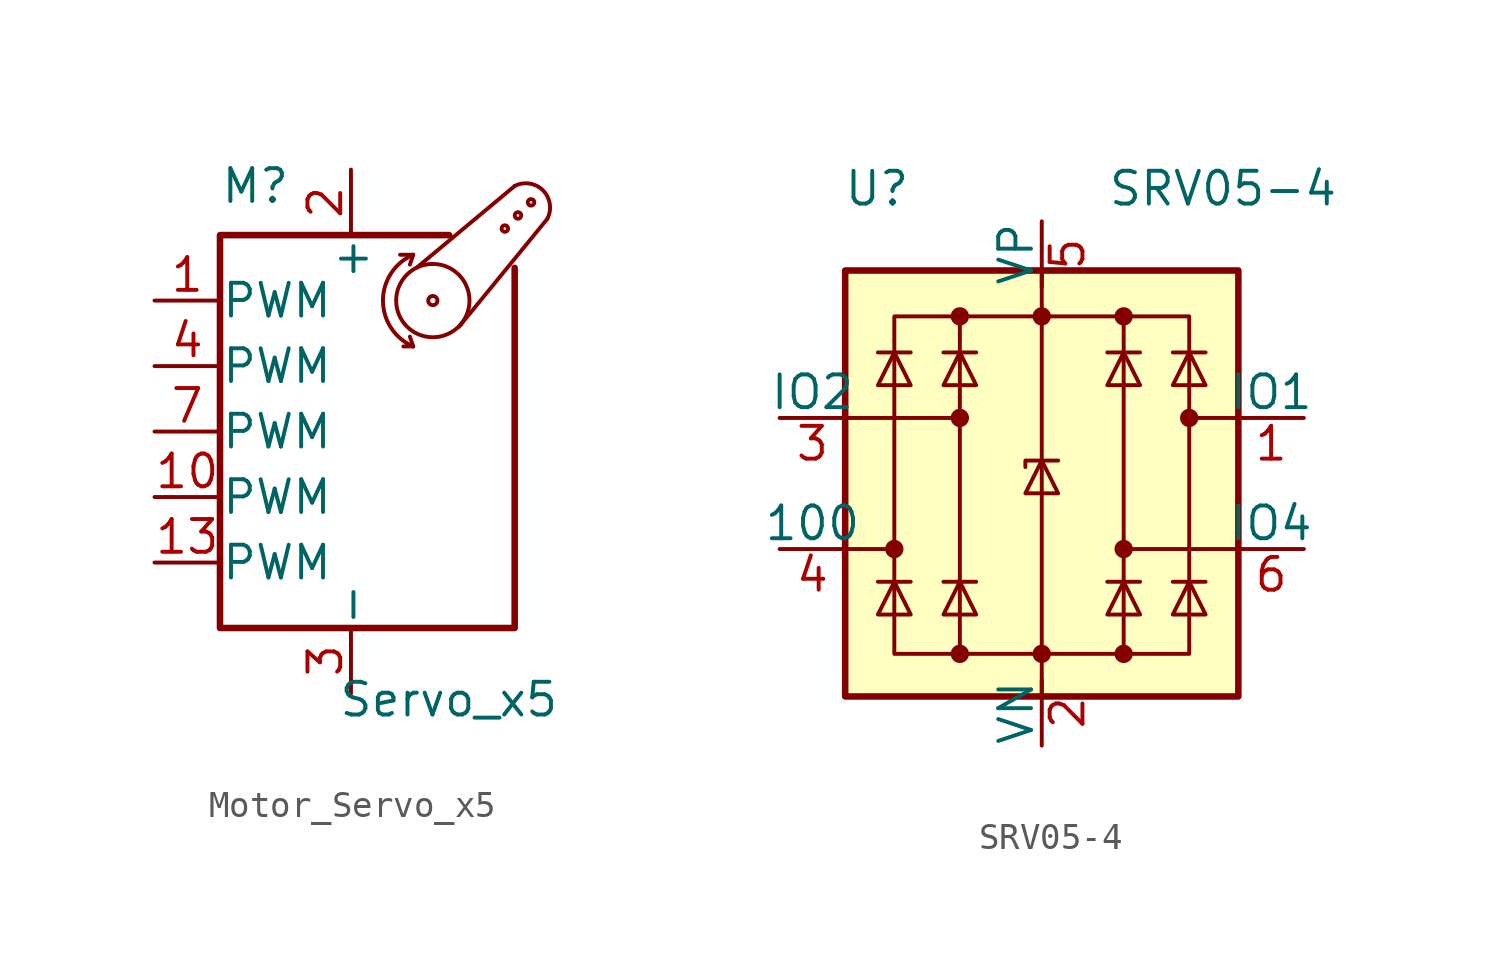
<source format=kicad_sym>
(kicad_symbol_lib
  (version 20231120)
  (generator "kicad_symbol_editor")
  (generator_version "8.0")
  (symbol "Motor_Servo_x5"
    (pin_names
      (offset 0.025))
    (property "Reference" "M"
      (at -5.08 4.445 0)
      (effects (font (size 1.27 1.27)) (justify left)))
    (property "Value" "Servo_x5"
      (at -0.508 -14.732 0)
      (effects (font (size 1.27 1.27)) (justify left top)))
    (symbol "Motor_Servo_x5_0_1"
      (polyline (pts (xy 2.413 -1.778) (xy 2.032 -1.778)) (stroke (width 0) (type default)) (fill (type none)))
      (polyline (pts (xy 2.413 -1.778) (xy 2.286 -1.397)) (stroke (width 0) (type default)) (fill (type none)))
      (polyline (pts (xy 2.413 1.778) (xy 1.905 1.778)) (stroke (width 0) (type default)) (fill (type none)))
      (polyline (pts (xy 2.413 1.778) (xy 2.286 1.397)) (stroke (width 0) (type default)) (fill (type none)))
      (polyline (pts (xy 6.35 4.445) (xy 2.54 1.27)) (stroke (width 0) (type default)) (fill (type none)))
      (polyline (pts (xy 7.62 3.175) (xy 4.191 -1.016)) (stroke (width 0) (type default)) (fill (type none)))
      (polyline (pts (xy 3.81 2.54) (xy -5.08 2.54) (xy -5.08 -12.7) (xy 6.35 -12.7) (xy 6.35 1.27)) (stroke (width 0.254) (type default)) (fill (type none)))
      (arc (start 2.413 1.778) (mid 1.2406 0) (end 2.413 -1.778) (stroke (width 0) (type default)) (fill (type none)))
      (circle (center 3.175 0) (radius 0.178) (stroke (width 0) (type default)) (fill (type none)))
      (circle (center 3.175 0) (radius 1.422) (stroke (width 0) (type default)) (fill (type none)))
      (circle (center 5.969 2.794) (radius 0.127) (stroke (width 0) (type default)) (fill (type none)))
      (circle (center 6.477 3.302) (radius 0.127) (stroke (width 0) (type default)) (fill (type none)))
      (circle (center 6.985 3.81) (radius 0.127) (stroke (width 0) (type default)) (fill (type none)))
      (arc (start 7.62 3.175) (mid 7.4485 4.2735) (end 6.35 4.445) (stroke (width 0) (type default)) (fill (type none))))
    (symbol "Motor_Servo_x5_1_1"
      (pin passive line (at -7.62 0 0) (length 2.54) (name "PWM" (effects (font (size 1.27 1.27)))) (number "1" (effects (font (size 1.27 1.27)))))
      (pin passive line (at -7.62 -7.62 0) (length 2.54) (name "PWM" (effects (font (size 1.27 1.27)))) (number "10" (effects (font (size 1.27 1.27)))))
      (pin passive line (at 0 5.08 270) (length 2.54) hide (name "+" (effects (font (size 1.27 1.27)))) (number "11" (effects (font (size 1.27 1.27)))))
      (pin passive line (at 0 -15.24 90) (length 2.54) hide (name "-" (effects (font (size 1.27 1.27)))) (number "12" (effects (font (size 1.27 1.27)))))
      (pin passive line (at -7.62 -10.16 0) (length 2.54) (name "PWM" (effects (font (size 1.27 1.27)))) (number "13" (effects (font (size 1.27 1.27)))))
      (pin passive line (at 0 5.08 270) (length 2.54) hide (name "+" (effects (font (size 1.27 1.27)))) (number "14" (effects (font (size 1.27 1.27)))))
      (pin passive line (at 0 -15.24 90) (length 2.54) hide (name "-" (effects (font (size 1.27 1.27)))) (number "15" (effects (font (size 1.27 1.27)))))
      (pin passive line (at 0 5.08 270) (length 2.54) (name "+" (effects (font (size 1.27 1.27)))) (number "2" (effects (font (size 1.27 1.27)))))
      (pin passive line (at 0 -15.24 90) (length 2.54) (name "-" (effects (font (size 1.27 1.27)))) (number "3" (effects (font (size 1.27 1.27)))))
      (pin passive line (at -7.62 -2.54 0) (length 2.54) (name "PWM" (effects (font (size 1.27 1.27)))) (number "4" (effects (font (size 1.27 1.27)))))
      (pin passive line (at 0 5.08 270) (length 2.54) hide (name "+" (effects (font (size 1.27 1.27)))) (number "5" (effects (font (size 1.27 1.27)))))
      (pin passive line (at 0 -15.24 90) (length 2.54) hide (name "-" (effects (font (size 1.27 1.27)))) (number "6" (effects (font (size 1.27 1.27)))))
      (pin passive line (at -7.62 -5.08 0) (length 2.54) (name "PWM" (effects (font (size 1.27 1.27)))) (number "7" (effects (font (size 1.27 1.27)))))
      (pin passive line (at 0 5.08 270) (length 2.54) hide (name "+" (effects (font (size 1.27 1.27)))) (number "8" (effects (font (size 1.27 1.27)))))
      (pin passive line (at 0 -15.24 90) (length 2.54) hide (name "-" (effects (font (size 1.27 1.27)))) (number "9" (effects (font (size 1.27 1.27)))))))
  (symbol "SRV05-4"
    (pin_names
      (offset 0))
    (property "Reference" "U"
      (at -5.08 11.43 0)
      (effects (font (size 1.27 1.27)) (justify right)))
    (property "Value" "SRV05-4"
      (at 2.54 11.43 0)
      (effects (font (size 1.27 1.27)) (justify left)))
    (symbol "SRV05-4_0_0"
      (rectangle (start -5.715 6.477) (end 5.715 -6.604) (stroke (width 0) (type default)) (fill (type none)))
      (polyline (pts (xy -3.175 -6.604) (xy -3.175 6.477)) (stroke (width 0) (type default)) (fill (type none)))
      (polyline (pts (xy 3.175 6.477) (xy 3.175 -6.604)) (stroke (width 0) (type default)) (fill (type none))))
    (symbol "SRV05-4_0_1"
      (rectangle (start -7.62 8.255) (end 7.62 -8.255) (stroke (width 0.254) (type default)) (fill (type background)))
      (circle (center -5.715 -2.54) (radius 0.279) (stroke (width 0) (type default)) (fill (type outline)))
      (circle (center -3.175 -6.604) (radius 0.279) (stroke (width 0) (type default)) (fill (type outline)))
      (circle (center -3.175 2.54) (radius 0.279) (stroke (width 0) (type default)) (fill (type outline)))
      (circle (center -3.175 6.477) (radius 0.279) (stroke (width 0) (type default)) (fill (type outline)))
      (circle (center 0 -6.604) (radius 0.279) (stroke (width 0) (type default)) (fill (type outline)))
      (polyline (pts (xy -7.747 2.54) (xy -3.175 2.54)) (stroke (width 0) (type default)) (fill (type none)))
      (polyline (pts (xy -7.62 -2.54) (xy -5.715 -2.54)) (stroke (width 0) (type default)) (fill (type none)))
      (polyline (pts (xy -5.08 -3.81) (xy -6.35 -3.81)) (stroke (width 0) (type default)) (fill (type none)))
      (polyline (pts (xy -5.08 5.08) (xy -6.35 5.08)) (stroke (width 0) (type default)) (fill (type none)))
      (polyline (pts (xy -2.54 -3.81) (xy -3.81 -3.81)) (stroke (width 0) (type default)) (fill (type none)))
      (polyline (pts (xy -2.54 5.08) (xy -3.81 5.08)) (stroke (width 0) (type default)) (fill (type none)))
      (polyline (pts (xy 0 8.255) (xy 0 -8.255)) (stroke (width 0) (type default)) (fill (type none)))
      (polyline (pts (xy 3.81 -3.81) (xy 2.54 -3.81)) (stroke (width 0) (type default)) (fill (type none)))
      (polyline (pts (xy 3.81 5.08) (xy 2.54 5.08)) (stroke (width 0) (type default)) (fill (type none)))
      (polyline (pts (xy 6.35 -3.81) (xy 5.08 -3.81)) (stroke (width 0) (type default)) (fill (type none)))
      (polyline (pts (xy 6.35 5.08) (xy 5.08 5.08)) (stroke (width 0) (type default)) (fill (type none)))
      (polyline (pts (xy 7.62 -2.54) (xy 3.175 -2.54)) (stroke (width 0) (type default)) (fill (type none)))
      (polyline (pts (xy 7.62 2.54) (xy 5.715 2.54)) (stroke (width 0) (type default)) (fill (type none)))
      (polyline (pts (xy 0.635 0.889) (xy -0.635 0.889) (xy -0.635 0.635)) (stroke (width 0) (type default)) (fill (type none)))
      (polyline (pts (xy -5.08 -5.08) (xy -6.35 -5.08) (xy -5.715 -3.81) (xy -5.08 -5.08)) (stroke (width 0) (type default)) (fill (type none)))
      (polyline (pts (xy -5.08 3.81) (xy -6.35 3.81) (xy -5.715 5.08) (xy -5.08 3.81)) (stroke (width 0) (type default)) (fill (type none)))
      (polyline (pts (xy -2.54 -5.08) (xy -3.81 -5.08) (xy -3.175 -3.81) (xy -2.54 -5.08)) (stroke (width 0) (type default)) (fill (type none)))
      (polyline (pts (xy -2.54 3.81) (xy -3.81 3.81) (xy -3.175 5.08) (xy -2.54 3.81)) (stroke (width 0) (type default)) (fill (type none)))
      (polyline (pts (xy 0.635 -0.381) (xy -0.635 -0.381) (xy 0 0.889) (xy 0.635 -0.381)) (stroke (width 0) (type default)) (fill (type none)))
      (polyline (pts (xy 3.81 -5.08) (xy 2.54 -5.08) (xy 3.175 -3.81) (xy 3.81 -5.08)) (stroke (width 0) (type default)) (fill (type none)))
      (polyline (pts (xy 3.81 3.81) (xy 2.54 3.81) (xy 3.175 5.08) (xy 3.81 3.81)) (stroke (width 0) (type default)) (fill (type none)))
      (polyline (pts (xy 6.35 -5.08) (xy 5.08 -5.08) (xy 5.715 -3.81) (xy 6.35 -5.08)) (stroke (width 0) (type default)) (fill (type none)))
      (polyline (pts (xy 6.35 3.81) (xy 5.08 3.81) (xy 5.715 5.08) (xy 6.35 3.81)) (stroke (width 0) (type default)) (fill (type none)))
      (circle (center 0 6.477) (radius 0.279) (stroke (width 0) (type default)) (fill (type outline)))
      (circle (center 3.175 -6.604) (radius 0.279) (stroke (width 0) (type default)) (fill (type outline)))
      (circle (center 3.175 -2.54) (radius 0.279) (stroke (width 0) (type default)) (fill (type outline)))
      (circle (center 3.175 6.477) (radius 0.279) (stroke (width 0) (type default)) (fill (type outline)))
      (circle (center 5.715 2.54) (radius 0.279) (stroke (width 0) (type default)) (fill (type outline))))
    (symbol "SRV05-4_1_1"
      (pin passive line (at 10.16 2.54 180) (length 2.54) (name "IO1" (effects (font (size 1.27 1.27)))) (number "1" (effects (font (size 1.27 1.27)))))
      (pin passive line (at 0 -10.16 90) (length 2.54) (name "VN" (effects (font (size 1.27 1.27)))) (number "2" (effects (font (size 1.27 1.27)))))
      (pin passive line (at -10.16 2.54 0) (length 2.54) (name "IO2" (effects (font (size 1.27 1.27)))) (number "3" (effects (font (size 1.27 1.27)))))
      (pin passive line (at -10.16 -2.54 0) (length 2.54) (name "100" (effects (font (size 1.27 1.27)))) (number "4" (effects (font (size 1.27 1.27)))))
      (pin passive line (at 0 10.16 270) (length 2.54) (name "VP" (effects (font (size 1.27 1.27)))) (number "5" (effects (font (size 1.27 1.27)))))
      (pin passive line (at 10.16 -2.54 180) (length 2.54) (name "IO4" (effects (font (size 1.27 1.27)))) (number "6" (effects (font (size 1.27 1.27))))))))
</source>
